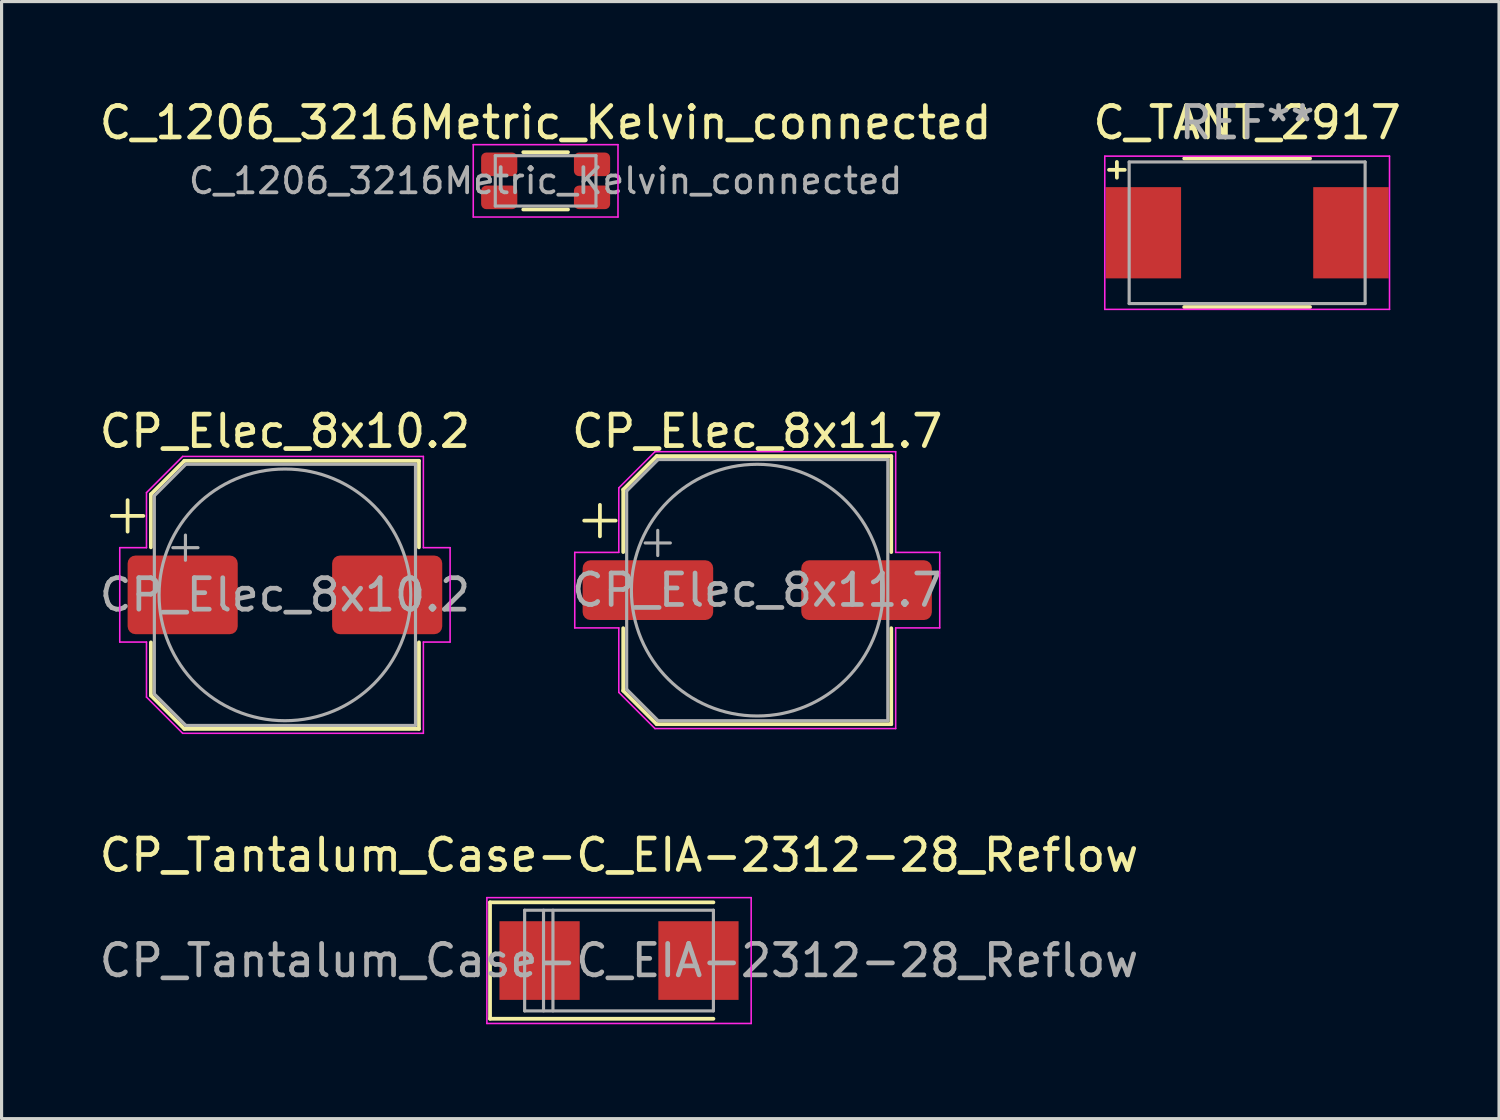
<source format=kicad_pcb>
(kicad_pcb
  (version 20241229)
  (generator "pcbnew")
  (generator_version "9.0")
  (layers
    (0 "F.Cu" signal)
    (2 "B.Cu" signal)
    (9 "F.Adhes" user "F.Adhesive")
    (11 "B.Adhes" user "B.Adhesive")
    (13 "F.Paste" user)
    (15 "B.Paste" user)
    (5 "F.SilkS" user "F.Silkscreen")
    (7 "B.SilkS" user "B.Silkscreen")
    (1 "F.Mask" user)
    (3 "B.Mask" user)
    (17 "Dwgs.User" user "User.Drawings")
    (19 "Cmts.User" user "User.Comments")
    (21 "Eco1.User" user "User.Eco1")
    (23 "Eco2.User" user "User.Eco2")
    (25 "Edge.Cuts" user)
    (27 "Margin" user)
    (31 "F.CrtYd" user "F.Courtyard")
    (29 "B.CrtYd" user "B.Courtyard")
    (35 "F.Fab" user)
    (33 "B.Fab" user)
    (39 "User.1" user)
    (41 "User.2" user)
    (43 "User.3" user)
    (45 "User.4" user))
  (footprint "CP_Elec_8x10.2"
    (layer "F.Cu")
    (at 6.006 15.857)
    (property "Reference" "CP_Elec_8x10.2" (at 0 -5.2 0) (layer "F.SilkS") (effects (font (size 1 1) (thickness 0.15))))
    (attr smd)
    (fp_line (start -5.5 -2.51) (end -4.5 -2.51) (stroke (width 0.12) (type solid)) (layer "F.SilkS"))
    (fp_line (start -5 -3.01) (end -5 -2.01) (stroke (width 0.12) (type solid)) (layer "F.SilkS"))
    (fp_line (start -4.26 -3.196) (end -4.26 -1.51) (stroke (width 0.12) (type solid)) (layer "F.SilkS"))
    (fp_line (start -4.26 -3.196) (end -3.196 -4.26) (stroke (width 0.12) (type solid)) (layer "F.SilkS"))
    (fp_line (start -4.26 3.196) (end -4.26 1.51) (stroke (width 0.12) (type solid)) (layer "F.SilkS"))
    (fp_line (start -4.26 3.196) (end -3.196 4.26) (stroke (width 0.12) (type solid)) (layer "F.SilkS"))
    (fp_line (start -3.196 -4.26) (end 4.26 -4.26) (stroke (width 0.12) (type solid)) (layer "F.SilkS"))
    (fp_line (start -3.196 4.26) (end 4.26 4.26) (stroke (width 0.12) (type solid)) (layer "F.SilkS"))
    (fp_line (start 4.26 -4.26) (end 4.26 -1.51) (stroke (width 0.12) (type solid)) (layer "F.SilkS"))
    (fp_line (start 4.26 4.26) (end 4.26 1.51) (stroke (width 0.12) (type solid)) (layer "F.SilkS"))
    (fp_line (start -5.25 -1.5) (end -5.25 1.5) (stroke (width 0.05) (type solid)) (layer "F.CrtYd"))
    (fp_line (start -5.25 1.5) (end -4.4 1.5) (stroke (width 0.05) (type solid)) (layer "F.CrtYd"))
    (fp_line (start -4.4 -3.25) (end -4.4 -1.5) (stroke (width 0.05) (type solid)) (layer "F.CrtYd"))
    (fp_line (start -4.4 -3.25) (end -3.25 -4.4) (stroke (width 0.05) (type solid)) (layer "F.CrtYd"))
    (fp_line (start -4.4 -1.5) (end -5.25 -1.5) (stroke (width 0.05) (type solid)) (layer "F.CrtYd"))
    (fp_line (start -4.4 1.5) (end -4.4 3.25) (stroke (width 0.05) (type solid)) (layer "F.CrtYd"))
    (fp_line (start -4.4 3.25) (end -3.25 4.4) (stroke (width 0.05) (type solid)) (layer "F.CrtYd"))
    (fp_line (start -3.25 -4.4) (end 4.4 -4.4) (stroke (width 0.05) (type solid)) (layer "F.CrtYd"))
    (fp_line (start -3.25 4.4) (end 4.4 4.4) (stroke (width 0.05) (type solid)) (layer "F.CrtYd"))
    (fp_line (start 4.4 -4.4) (end 4.4 -1.5) (stroke (width 0.05) (type solid)) (layer "F.CrtYd"))
    (fp_line (start 4.4 -1.5) (end 5.25 -1.5) (stroke (width 0.05) (type solid)) (layer "F.CrtYd"))
    (fp_line (start 4.4 1.5) (end 4.4 4.4) (stroke (width 0.05) (type solid)) (layer "F.CrtYd"))
    (fp_line (start 5.25 -1.5) (end 5.25 1.5) (stroke (width 0.05) (type solid)) (layer "F.CrtYd"))
    (fp_line (start 5.25 1.5) (end 4.4 1.5) (stroke (width 0.05) (type solid)) (layer "F.CrtYd"))
    (fp_line (start -4.15 -3.15) (end -4.15 3.15) (stroke (width 0.1) (type solid)) (layer "F.Fab"))
    (fp_line (start -4.15 -3.15) (end -3.15 -4.15) (stroke (width 0.1) (type solid)) (layer "F.Fab"))
    (fp_line (start -4.15 3.15) (end -3.15 4.15) (stroke (width 0.1) (type solid)) (layer "F.Fab"))
    (fp_line (start -3.562 -1.5) (end -2.762 -1.5) (stroke (width 0.1) (type solid)) (layer "F.Fab"))
    (fp_line (start -3.162 -1.9) (end -3.162 -1.1) (stroke (width 0.1) (type solid)) (layer "F.Fab"))
    (fp_line (start -3.15 -4.15) (end 4.15 -4.15) (stroke (width 0.1) (type solid)) (layer "F.Fab"))
    (fp_line (start -3.15 4.15) (end 4.15 4.15) (stroke (width 0.1) (type solid)) (layer "F.Fab"))
    (fp_line (start 4.15 -4.15) (end 4.15 4.15) (stroke (width 0.1) (type solid)) (layer "F.Fab"))
    (fp_circle (center 0 0) (end 4 0) (stroke (width 0.1) (type solid)) (fill no) (layer "F.Fab"))
    (fp_text user "${REFERENCE}" (at 0 0 0) (layer "F.Fab") (effects (font (size 1 1) (thickness 0.15))))
    (pad "1" smd roundrect (at -3.25 0) (size 3.5 2.5) (layers "F.Cu" "F.Mask" "F.Paste") (roundrect_rratio 0.1))
    (pad "2" smd roundrect (at 3.25 0) (size 3.5 2.5) (layers "F.Cu" "F.Mask" "F.Paste") (roundrect_rratio 0.1)))
  (footprint "CP_Elec_8x11.7"
    (layer "F.Cu")
    (at 21.018 15.707)
    (property "Reference" "CP_Elec_8x11.7" (at 0 -5.05 0) (unlocked yes) (layer "F.SilkS") (effects (font (size 1 1) (thickness 0.15))))
    (attr smd)
    (fp_line (start -5.5 -2.21) (end -4.5 -2.21) (stroke (width 0.12) (type solid)) (layer "F.SilkS"))
    (fp_line (start -5 -2.71) (end -5 -1.71) (stroke (width 0.12) (type solid)) (layer "F.SilkS"))
    (fp_line (start -4.26 -3.196) (end -4.26 -1.21) (stroke (width 0.12) (type solid)) (layer "F.SilkS"))
    (fp_line (start -4.26 -3.196) (end -3.196 -4.26) (stroke (width 0.12) (type solid)) (layer "F.SilkS"))
    (fp_line (start -4.26 3.196) (end -4.26 1.21) (stroke (width 0.12) (type solid)) (layer "F.SilkS"))
    (fp_line (start -4.26 3.196) (end -3.196 4.26) (stroke (width 0.12) (type solid)) (layer "F.SilkS"))
    (fp_line (start -3.196 -4.26) (end 4.26 -4.26) (stroke (width 0.12) (type solid)) (layer "F.SilkS"))
    (fp_line (start -3.196 4.26) (end 4.26 4.26) (stroke (width 0.12) (type solid)) (layer "F.SilkS"))
    (fp_line (start 4.26 -4.26) (end 4.26 -1.21) (stroke (width 0.12) (type solid)) (layer "F.SilkS"))
    (fp_line (start 4.26 4.26) (end 4.26 1.21) (stroke (width 0.12) (type solid)) (layer "F.SilkS"))
    (fp_line (start -5.8 -1.2) (end -5.8 1.2) (stroke (width 0.05) (type solid)) (layer "F.CrtYd"))
    (fp_line (start -5.8 1.2) (end -4.4 1.2) (stroke (width 0.05) (type solid)) (layer "F.CrtYd"))
    (fp_line (start -4.4 -3.25) (end -4.4 -1.2) (stroke (width 0.05) (type solid)) (layer "F.CrtYd"))
    (fp_line (start -4.4 -3.25) (end -3.25 -4.4) (stroke (width 0.05) (type solid)) (layer "F.CrtYd"))
    (fp_line (start -4.4 -1.2) (end -5.8 -1.2) (stroke (width 0.05) (type solid)) (layer "F.CrtYd"))
    (fp_line (start -4.4 1.2) (end -4.4 3.25) (stroke (width 0.05) (type solid)) (layer "F.CrtYd"))
    (fp_line (start -4.4 3.25) (end -3.25 4.4) (stroke (width 0.05) (type solid)) (layer "F.CrtYd"))
    (fp_line (start -3.25 -4.4) (end 4.4 -4.4) (stroke (width 0.05) (type solid)) (layer "F.CrtYd"))
    (fp_line (start -3.25 4.4) (end 4.4 4.4) (stroke (width 0.05) (type solid)) (layer "F.CrtYd"))
    (fp_line (start 4.4 -4.4) (end 4.4 -1.2) (stroke (width 0.05) (type solid)) (layer "F.CrtYd"))
    (fp_line (start 4.4 -1.2) (end 5.8 -1.2) (stroke (width 0.05) (type solid)) (layer "F.CrtYd"))
    (fp_line (start 4.4 1.2) (end 4.4 4.4) (stroke (width 0.05) (type solid)) (layer "F.CrtYd"))
    (fp_line (start 5.8 -1.2) (end 5.8 1.2) (stroke (width 0.05) (type solid)) (layer "F.CrtYd"))
    (fp_line (start 5.8 1.2) (end 4.4 1.2) (stroke (width 0.05) (type solid)) (layer "F.CrtYd"))
    (fp_line (start -4.15 -3.15) (end -4.15 3.15) (stroke (width 0.1) (type solid)) (layer "F.Fab"))
    (fp_line (start -4.15 -3.15) (end -3.15 -4.15) (stroke (width 0.1) (type solid)) (layer "F.Fab"))
    (fp_line (start -4.15 3.15) (end -3.15 4.15) (stroke (width 0.1) (type solid)) (layer "F.Fab"))
    (fp_line (start -3.562 -1.5) (end -2.762 -1.5) (stroke (width 0.1) (type solid)) (layer "F.Fab"))
    (fp_line (start -3.162 -1.9) (end -3.162 -1.1) (stroke (width 0.1) (type solid)) (layer "F.Fab"))
    (fp_line (start -3.15 -4.15) (end 4.15 -4.15) (stroke (width 0.1) (type solid)) (layer "F.Fab"))
    (fp_line (start -3.15 4.15) (end 4.15 4.15) (stroke (width 0.1) (type solid)) (layer "F.Fab"))
    (fp_line (start 4.15 -4.15) (end 4.15 4.15) (stroke (width 0.1) (type solid)) (layer "F.Fab"))
    (fp_circle (center 0 0) (end 4 0) (stroke (width 0.1) (type solid)) (fill no) (layer "F.Fab"))
    (fp_text user "${REFERENCE}" (at 0 0 0) (layer "F.Fab") (effects (font (size 1 1) (thickness 0.15))))
    (pad "1" smd roundrect (at -3.475 0) (size 4.15 1.9) (layers "F.Cu" "F.Mask" "F.Paste") (roundrect_rratio 0.132))
    (pad "2" smd roundrect (at 3.475 0) (size 4.15 1.9) (layers "F.Cu" "F.Mask" "F.Paste") (roundrect_rratio 0.132)))
  (footprint "C_TANT_2917"
    (layer "F.Cu")
    (at 36.589 4.348)
    (property "Reference" "C_TANT_2917" (at 0 -3.5 0) (layer "F.SilkS") (effects (font (size 1 1) (thickness 0.15))))
    (attr through_hole)
    (fp_line (start -4.14 -2.25) (end -4.14 -1.75) (stroke (width 0.12) (type solid)) (layer "F.SilkS"))
    (fp_line (start -3.89 -2) (end -4.39 -2) (stroke (width 0.12) (type solid)) (layer "F.SilkS"))
    (fp_line (start -2 -2.36) (end 2 -2.36) (stroke (width 0.12) (type solid)) (layer "F.SilkS"))
    (fp_line (start -2 2.36) (end 2 2.36) (stroke (width 0.12) (type solid)) (layer "F.SilkS"))
    (fp_line (start -4.525 -2.435) (end -4.525 2.435) (stroke (width 0.05) (type solid)) (layer "F.CrtYd"))
    (fp_line (start -4.525 2.435) (end 4.525 2.435) (stroke (width 0.05) (type solid)) (layer "F.CrtYd"))
    (fp_line (start 4.525 -2.435) (end -4.525 -2.435) (stroke (width 0.05) (type solid)) (layer "F.CrtYd"))
    (fp_line (start 4.525 2.435) (end 4.525 -2.435) (stroke (width 0.05) (type solid)) (layer "F.CrtYd"))
    (fp_line (start -3.75 -2.25) (end -3.75 2.25) (stroke (width 0.1) (type solid)) (layer "F.Fab"))
    (fp_line (start -3.75 2.25) (end 3.75 2.25) (stroke (width 0.1) (type solid)) (layer "F.Fab"))
    (fp_line (start 3.75 -2.25) (end -3.75 -2.25) (stroke (width 0.1) (type solid)) (layer "F.Fab"))
    (fp_line (start 3.75 2.25) (end 3.75 -2.25) (stroke (width 0.1) (type solid)) (layer "F.Fab"))
    (fp_text user "REF**" (at 0 -3.5 0) (layer "F.Fab") (effects (font (size 1 1) (thickness 0.15))))
    (pad "1" smd rect (at -3.3 0) (size 2.4 2.9) (layers "F.Cu" "F.Mask" "F.Paste"))
    (pad "2" smd rect (at 3.3 0) (size 2.4 2.9) (layers "F.Cu" "F.Mask" "F.Paste")))
  (footprint "CP_Tantalum_Case-C_EIA-2312-28_Reflow"
    (layer "F.Cu")
    (at 16.625 27.48)
    (property "Reference" "CP_Tantalum_Case-C_EIA-2312-28_Reflow" (at 0 -3.35 0) (layer "F.SilkS") (effects (font (size 1 1) (thickness 0.15))))
    (attr smd)
    (fp_line (start -4.1 -1.85) (end -4.1 1.85) (stroke (width 0.12) (type solid)) (layer "F.SilkS"))
    (fp_line (start -4.1 -1.85) (end 3 -1.85) (stroke (width 0.12) (type solid)) (layer "F.SilkS"))
    (fp_line (start -4.1 1.85) (end 3 1.85) (stroke (width 0.12) (type solid)) (layer "F.SilkS"))
    (fp_line (start -4.2 -2) (end -4.2 2) (stroke (width 0.05) (type solid)) (layer "F.CrtYd"))
    (fp_line (start -4.2 2) (end 4.2 2) (stroke (width 0.05) (type solid)) (layer "F.CrtYd"))
    (fp_line (start 4.2 -2) (end -4.2 -2) (stroke (width 0.05) (type solid)) (layer "F.CrtYd"))
    (fp_line (start 4.2 2) (end 4.2 -2) (stroke (width 0.05) (type solid)) (layer "F.CrtYd"))
    (fp_line (start -3 -1.6) (end -3 1.6) (stroke (width 0.1) (type solid)) (layer "F.Fab"))
    (fp_line (start -3 1.6) (end 3 1.6) (stroke (width 0.1) (type solid)) (layer "F.Fab"))
    (fp_line (start -2.4 -1.6) (end -2.4 1.6) (stroke (width 0.1) (type solid)) (layer "F.Fab"))
    (fp_line (start -2.1 -1.6) (end -2.1 1.6) (stroke (width 0.1) (type solid)) (layer "F.Fab"))
    (fp_line (start 3 -1.6) (end -3 -1.6) (stroke (width 0.1) (type solid)) (layer "F.Fab"))
    (fp_line (start 3 1.6) (end 3 -1.6) (stroke (width 0.1) (type solid)) (layer "F.Fab"))
    (fp_text user "${REFERENCE}" (at 0 0 0) (layer "F.Fab") (effects (font (size 1 1) (thickness 0.15))))
    (pad "1" smd rect (at -2.525 0) (size 2.55 2.5) (layers "F.Cu" "F.Mask" "F.Paste"))
    (pad "2" smd rect (at 2.525 0) (size 2.55 2.5) (layers "F.Cu" "F.Mask" "F.Paste")))
  (footprint "C_1206_3216Metric_Kelvin_connected"
    (layer "F.Cu")
    (at 14.292 2.698)
    (property "Reference" "C_1206_3216Metric_Kelvin_connected" (at 0 -1.85 0) (layer "F.SilkS") (effects (font (size 1 1) (thickness 0.15))))
    (attr smd)
    (fp_line (start -0.711 -0.91) (end 0.711 -0.91) (stroke (width 0.12) (type solid)) (layer "F.SilkS"))
    (fp_line (start -0.711 0.91) (end 0.711 0.91) (stroke (width 0.12) (type solid)) (layer "F.SilkS"))
    (fp_line (start -2.3 -1.15) (end 2.3 -1.15) (stroke (width 0.05) (type solid)) (layer "F.CrtYd"))
    (fp_line (start -2.3 1.15) (end -2.3 -1.15) (stroke (width 0.05) (type solid)) (layer "F.CrtYd"))
    (fp_line (start 2.3 -1.15) (end 2.3 1.15) (stroke (width 0.05) (type solid)) (layer "F.CrtYd"))
    (fp_line (start 2.3 1.15) (end -2.3 1.15) (stroke (width 0.05) (type solid)) (layer "F.CrtYd"))
    (fp_line (start -1.6 -0.8) (end 1.6 -0.8) (stroke (width 0.1) (type solid)) (layer "F.Fab"))
    (fp_line (start -1.6 0.8) (end -1.6 -0.8) (stroke (width 0.1) (type solid)) (layer "F.Fab"))
    (fp_line (start 1.6 -0.8) (end 1.6 0.8) (stroke (width 0.1) (type solid)) (layer "F.Fab"))
    (fp_line (start 1.6 0.8) (end -1.6 0.8) (stroke (width 0.1) (type solid)) (layer "F.Fab"))
    (fp_text user "${REFERENCE}" (at 0 0 0) (layer "F.Fab") (effects (font (size 0.8 0.8) (thickness 0.12))))
    (pad "1" smd roundrect (at -1.475 0.525) (size 1.15 0.75) (layers "F.Cu" "F.Mask" "F.Paste") (roundrect_rratio 0.217))
    (pad "2" smd roundrect (at -1.475 -0.525) (size 1.15 0.75) (layers "F.Cu" "F.Mask" "F.Paste") (roundrect_rratio 0.217))
    (pad "3" smd roundrect (at 1.475 0.525) (size 1.15 0.75) (layers "F.Cu" "F.Mask" "F.Paste") (roundrect_rratio 0.217))
    (pad "4" smd roundrect (at 1.475 -0.525) (size 1.15 0.75) (layers "F.Cu" "F.Mask" "F.Paste") (roundrect_rratio 0.217)))
  (gr_rect
    (start -3 -3)
    (end 44.595 32.505)
    (stroke (width 0.1) (type default))
    (fill no)
    (layer "Edge.Cuts")))
</source>
